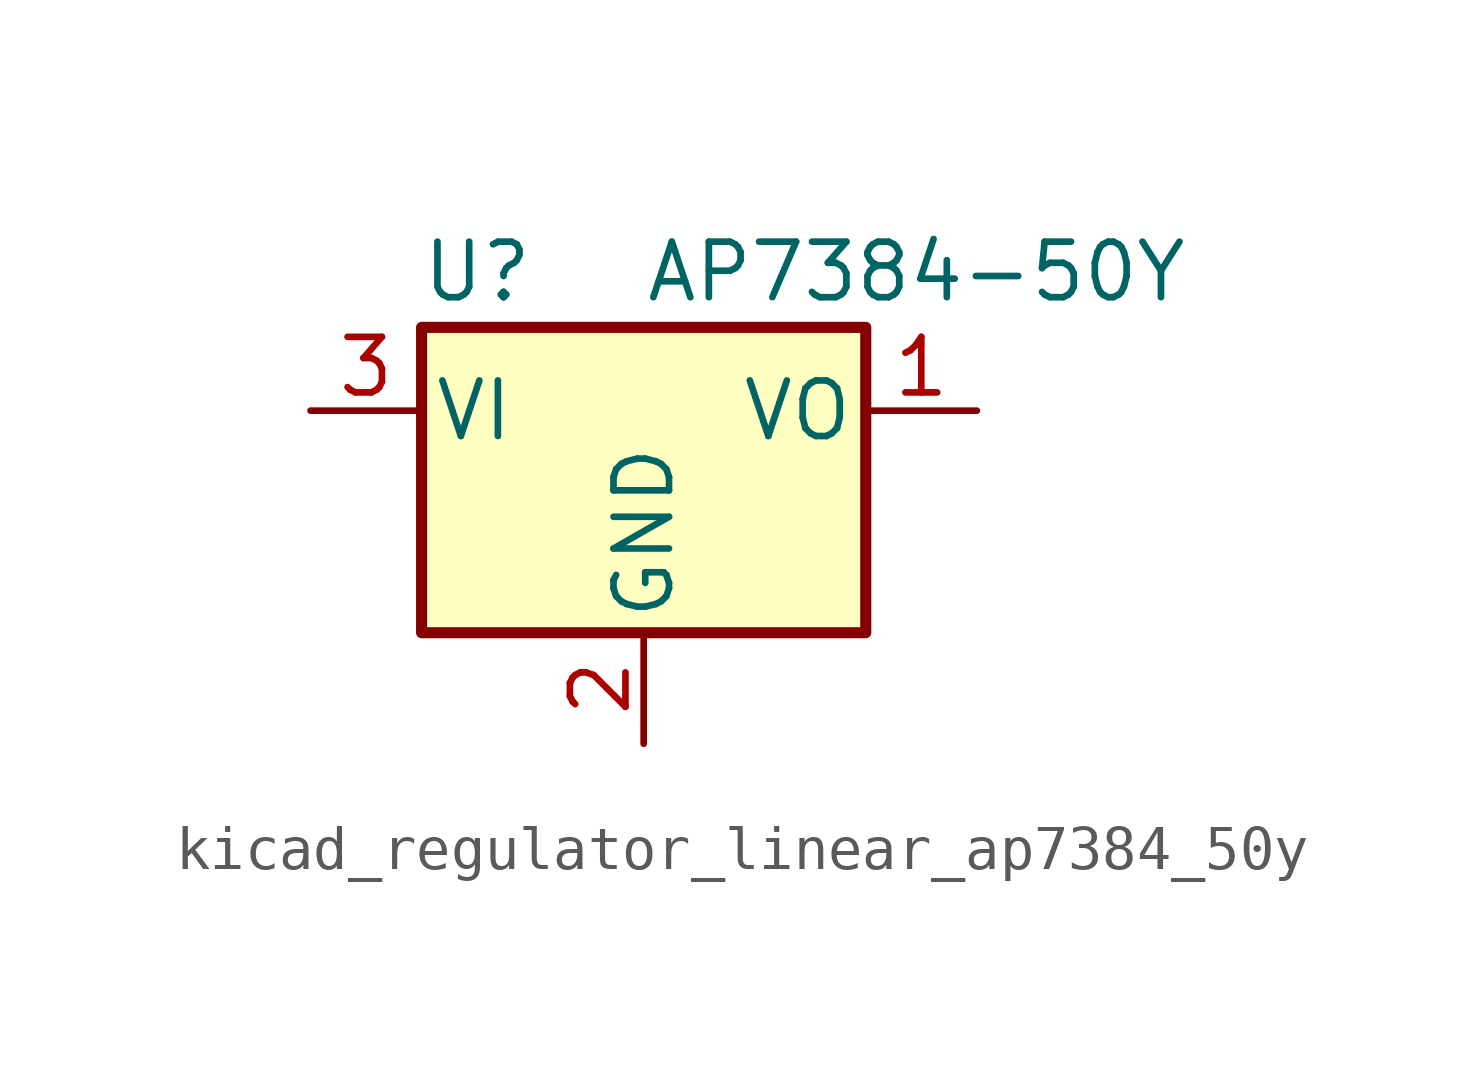
<source format=kicad_sym>
(kicad_symbol_lib
  (version 20220914)
  (generator kicad_symbol_editor)
  (symbol "kicad_regulator_linear_ap7384_50y"
    (pin_names
      (offset 0.254))
    (property "Reference" "U"
      (at -3.81 3.175 0)
      (effects (font (size 1.27 1.27))))
    (property "Value" "AP7384-50Y"
      (at 0 3.175 0)
      (effects (font (size 1.27 1.27)) (justify left)))
    (symbol "kicad_regulator_linear_ap7384_50y_0_1"
      (rectangle (start -5.08 1.905) (end 5.08 -5.08) (stroke (width 0.254) (type default)) (fill (type background))))
    (symbol "kicad_regulator_linear_ap7384_50y_1_1"
      (pin power_out line (at 7.62 0 180) (length 2.54) (name "VO" (effects (font (size 1.27 1.27)))) (number "1" (effects (font (size 1.27 1.27)))))
      (pin power_in line (at 0 -7.62 90) (length 2.54) (name "GND" (effects (font (size 1.27 1.27)))) (number "2" (effects (font (size 1.27 1.27)))))
      (pin power_in line (at -7.62 0 0) (length 2.54) (name "VI" (effects (font (size 1.27 1.27)))) (number "3" (effects (font (size 1.27 1.27))))))))
</source>
